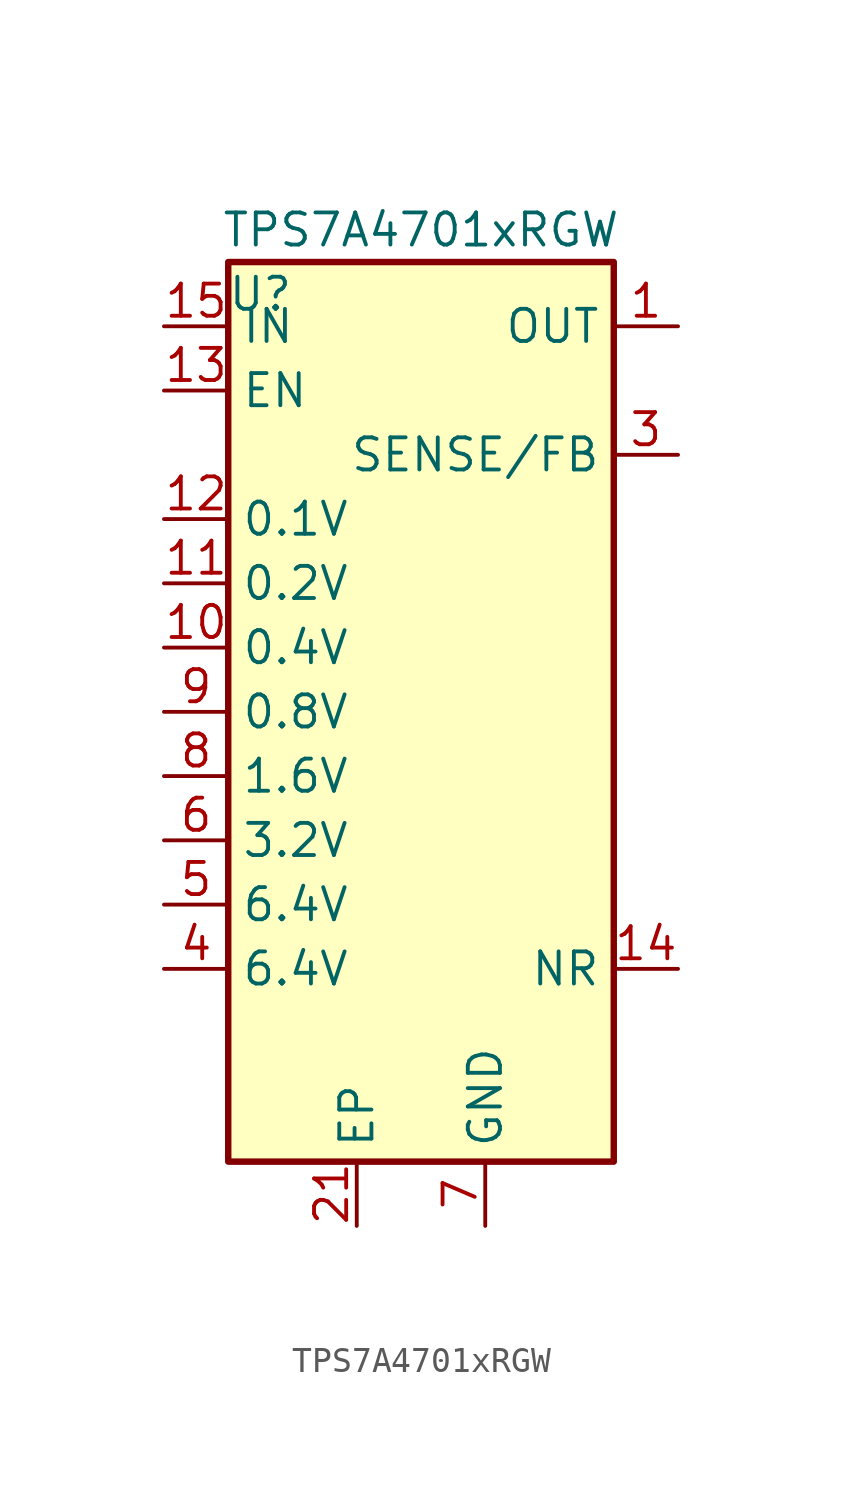
<source format=kicad_sym>
(kicad_symbol_lib
  (version 20220914)
  (generator kicad_symbol_editor)
  (symbol "TPS7A4701xRGW"
    (property "Reference" "U"
      (at -6.35 16.51 0)
      (effects (font (size 1.27 1.27))))
    (property "Value" "TPS7A4701xRGW"
      (at 0 19.05 0)
      (effects (font (size 1.27 1.27))))
    (symbol "TPS7A4701xRGW_0_1"
      (rectangle (start -7.62 17.78) (end 7.62 -17.78) (stroke (width 0.254) (type default)) (fill (type background))))
    (symbol "TPS7A4701xRGW_1_1"
      (pin power_out line (at 10.16 15.24 180) (length 2.54) (name "OUT" (effects (font (size 1.27 1.27)))) (number "1" (effects (font (size 1.27 1.27)))))
      (pin input line (at -10.16 2.54 0) (length 2.54) (name "0.4V" (effects (font (size 1.27 1.27)))) (number "10" (effects (font (size 1.27 1.27)))))
      (pin input line (at -10.16 5.08 0) (length 2.54) (name "0.2V" (effects (font (size 1.27 1.27)))) (number "11" (effects (font (size 1.27 1.27)))))
      (pin input line (at -10.16 7.62 0) (length 2.54) (name "0.1V" (effects (font (size 1.27 1.27)))) (number "12" (effects (font (size 1.27 1.27)))))
      (pin input line (at -10.16 12.7 0) (length 2.54) (name "EN" (effects (font (size 1.27 1.27)))) (number "13" (effects (font (size 1.27 1.27)))))
      (pin input line (at 10.16 -10.16 180) (length 2.54) (name "NR" (effects (font (size 1.27 1.27)))) (number "14" (effects (font (size 1.27 1.27)))))
      (pin power_in line (at -10.16 15.24 0) (length 2.54) (name "IN" (effects (font (size 1.27 1.27)))) (number "15" (effects (font (size 1.27 1.27)))))
      (pin passive line (at -10.16 15.24 0) (length 2.54) hide (name "IN" (effects (font (size 1.27 1.27)))) (number "16" (effects (font (size 1.27 1.27)))))
      (pin power_out line (at 10.16 15.24 180) (length 2.54) hide (name "OUT" (effects (font (size 1.27 1.27)))) (number "20" (effects (font (size 1.27 1.27)))))
      (pin passive line (at -2.54 -20.32 90) (length 2.54) (name "EP" (effects (font (size 1.27 1.27)))) (number "21" (effects (font (size 1.27 1.27)))))
      (pin input line (at 10.16 10.16 180) (length 2.54) (name "SENSE/FB" (effects (font (size 1.27 1.27)))) (number "3" (effects (font (size 1.27 1.27)))))
      (pin input line (at -10.16 -10.16 0) (length 2.54) (name "6.4V" (effects (font (size 1.27 1.27)))) (number "4" (effects (font (size 1.27 1.27)))))
      (pin input line (at -10.16 -7.62 0) (length 2.54) (name "6.4V" (effects (font (size 1.27 1.27)))) (number "5" (effects (font (size 1.27 1.27)))))
      (pin input line (at -10.16 -5.08 0) (length 2.54) (name "3.2V" (effects (font (size 1.27 1.27)))) (number "6" (effects (font (size 1.27 1.27)))))
      (pin power_in line (at 2.54 -20.32 90) (length 2.54) (name "GND" (effects (font (size 1.27 1.27)))) (number "7" (effects (font (size 1.27 1.27)))))
      (pin input line (at -10.16 -2.54 0) (length 2.54) (name "1.6V" (effects (font (size 1.27 1.27)))) (number "8" (effects (font (size 1.27 1.27)))))
      (pin input line (at -10.16 0 0) (length 2.54) (name "0.8V" (effects (font (size 1.27 1.27)))) (number "9" (effects (font (size 1.27 1.27))))))))
</source>
